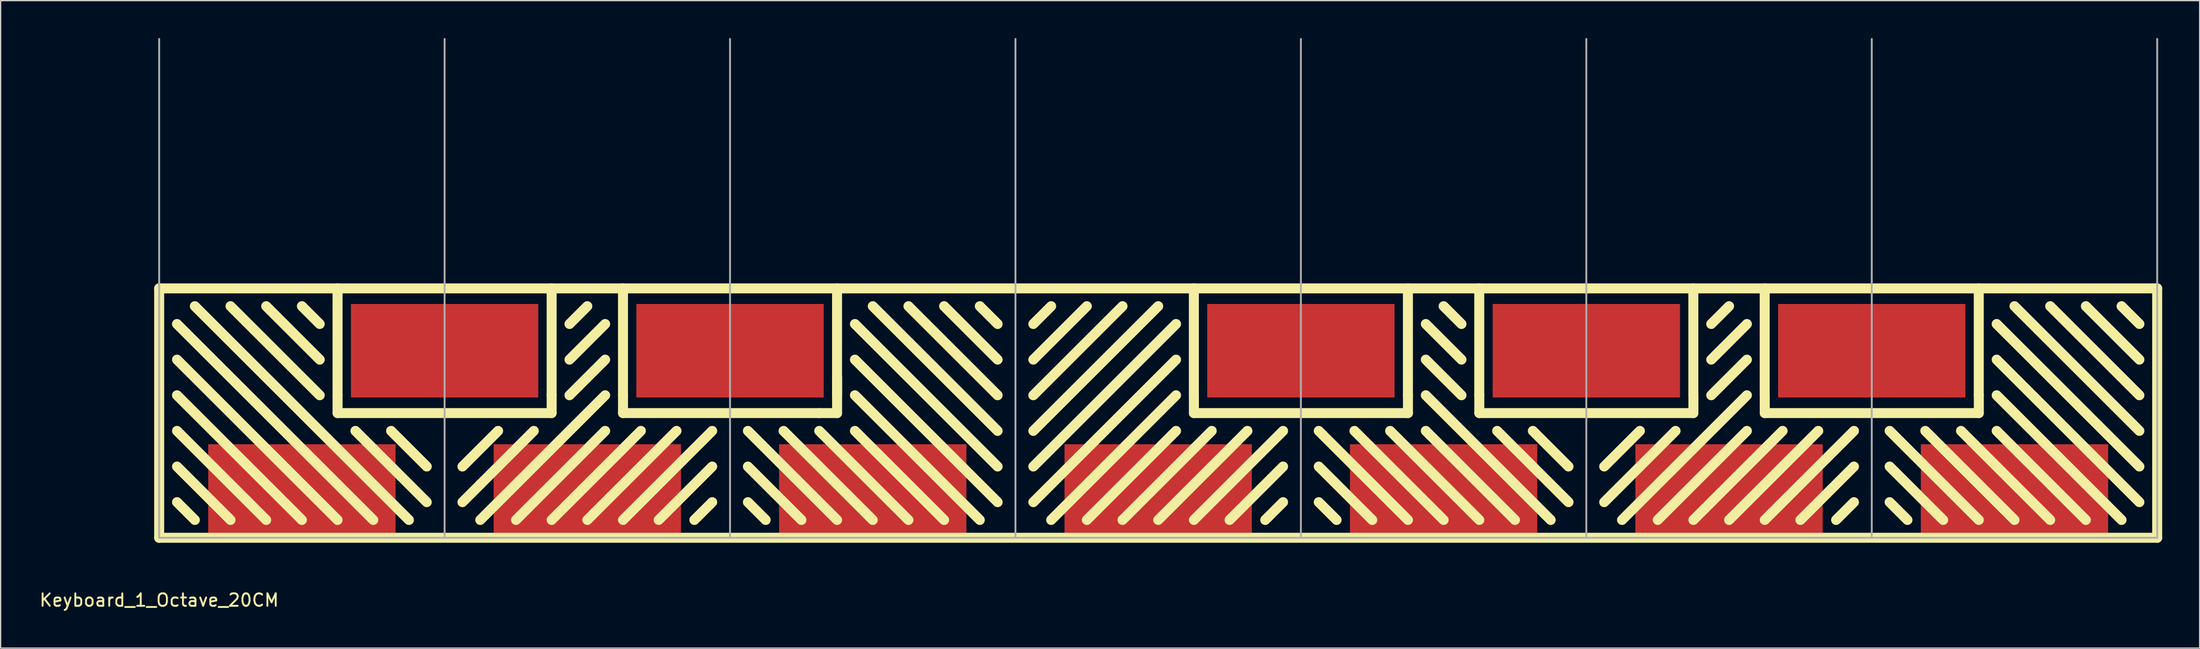
<source format=kicad_pcb>
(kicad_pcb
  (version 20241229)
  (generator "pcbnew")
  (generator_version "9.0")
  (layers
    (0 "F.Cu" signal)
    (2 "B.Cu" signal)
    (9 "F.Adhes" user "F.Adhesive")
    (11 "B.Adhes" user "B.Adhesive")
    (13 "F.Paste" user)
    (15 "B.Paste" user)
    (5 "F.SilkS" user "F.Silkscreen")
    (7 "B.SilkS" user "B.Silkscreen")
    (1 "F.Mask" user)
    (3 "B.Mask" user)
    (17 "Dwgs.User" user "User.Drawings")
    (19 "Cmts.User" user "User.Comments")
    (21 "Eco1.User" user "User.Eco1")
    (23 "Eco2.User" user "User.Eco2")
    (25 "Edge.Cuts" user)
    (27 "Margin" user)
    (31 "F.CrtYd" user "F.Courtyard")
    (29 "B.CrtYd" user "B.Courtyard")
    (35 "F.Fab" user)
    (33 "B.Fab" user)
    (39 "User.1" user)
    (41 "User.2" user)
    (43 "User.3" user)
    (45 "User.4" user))
  (footprint "Keyboard_1_Octave_20CM"
    (layer "F.Cu")
    (at 9.696 40.075)
    (property "Reference" "Keyboard_1_Octave_20CM" (at 0 5 0) (layer "F.SilkS") (effects (font (size 1 1) (thickness 0.15))))
    (attr through_hole)
    (fp_line (start 0 -20) (end 160 -20) (stroke (width 0.8) (type solid)) (layer "F.SilkS"))
    (fp_line (start 0 0) (end 0 -20) (stroke (width 0.8) (type solid)) (layer "F.SilkS"))
    (fp_line (start 1.429 -17.143) (end 17.143 -1.429) (stroke (width 0.8) (type solid)) (layer "F.SilkS"))
    (fp_line (start 1.429 -14.286) (end 14.286 -1.429) (stroke (width 0.8) (type solid)) (layer "F.SilkS"))
    (fp_line (start 1.429 -11.429) (end 11.429 -1.429) (stroke (width 0.8) (type solid)) (layer "F.SilkS"))
    (fp_line (start 1.429 -8.572) (end 8.572 -1.429) (stroke (width 0.8) (type solid)) (layer "F.SilkS"))
    (fp_line (start 1.429 -5.714) (end 5.714 -1.429) (stroke (width 0.8) (type solid)) (layer "F.SilkS"))
    (fp_line (start 1.429 -2.857) (end 2.857 -1.429) (stroke (width 0.8) (type solid)) (layer "F.SilkS"))
    (fp_line (start 2.857 -18.572) (end 20 -1.429) (stroke (width 0.8) (type solid)) (layer "F.SilkS"))
    (fp_line (start 5.714 -18.572) (end 12.857 -11.429) (stroke (width 0.8) (type solid)) (layer "F.SilkS"))
    (fp_line (start 8.572 -18.572) (end 12.857 -14.286) (stroke (width 0.8) (type solid)) (layer "F.SilkS"))
    (fp_line (start 11.429 -18.572) (end 12.857 -17.143) (stroke (width 0.8) (type solid)) (layer "F.SilkS"))
    (fp_line (start 14.286 -20) (end 14.286 -11.428) (stroke (width 0.8) (type solid)) (layer "F.SilkS"))
    (fp_line (start 14.286 -11.429) (end 14.286 -10) (stroke (width 0.8) (type solid)) (layer "F.SilkS"))
    (fp_line (start 14.286 -10) (end 31.429 -10) (stroke (width 0.8) (type solid)) (layer "F.SilkS"))
    (fp_line (start 15.715 -8.572) (end 21.429 -2.857) (stroke (width 0.8) (type solid)) (layer "F.SilkS"))
    (fp_line (start 18.572 -8.572) (end 21.429 -5.714) (stroke (width 0.8) (type solid)) (layer "F.SilkS"))
    (fp_line (start 25.715 -4.286) (end 24.286 -2.857) (stroke (width 0.8) (type solid)) (layer "F.SilkS"))
    (fp_line (start 25.715 -1.429) (end 35.715 -11.429) (stroke (width 0.8) (type solid)) (layer "F.SilkS"))
    (fp_line (start 27.143 -8.572) (end 24.286 -5.714) (stroke (width 0.8) (type solid)) (layer "F.SilkS"))
    (fp_line (start 28.572 -1.429) (end 35.715 -8.572) (stroke (width 0.8) (type solid)) (layer "F.SilkS"))
    (fp_line (start 30.001 -8.572) (end 25.715 -4.286) (stroke (width 0.8) (type solid)) (layer "F.SilkS"))
    (fp_line (start 31.428 -11.428) (end 31.428 -20) (stroke (width 0.8) (type solid)) (layer "F.SilkS"))
    (fp_line (start 31.429 -10) (end 31.429 -11.429) (stroke (width 0.8) (type solid)) (layer "F.SilkS"))
    (fp_line (start 31.429 -1.429) (end 38.572 -8.572) (stroke (width 0.8) (type solid)) (layer "F.SilkS"))
    (fp_line (start 32.858 -17.143) (end 34.286 -18.572) (stroke (width 0.8) (type solid)) (layer "F.SilkS"))
    (fp_line (start 32.858 -14.286) (end 35.715 -17.143) (stroke (width 0.8) (type solid)) (layer "F.SilkS"))
    (fp_line (start 34.286 -1.429) (end 41.429 -8.572) (stroke (width 0.8) (type solid)) (layer "F.SilkS"))
    (fp_line (start 35.715 -14.286) (end 32.858 -11.429) (stroke (width 0.8) (type solid)) (layer "F.SilkS"))
    (fp_line (start 37.142 -20) (end 37.142 -11.428) (stroke (width 0.8) (type solid)) (layer "F.SilkS"))
    (fp_line (start 37.144 -11.429) (end 37.144 -10) (stroke (width 0.8) (type solid)) (layer "F.SilkS"))
    (fp_line (start 37.144 -10) (end 52.858 -10) (stroke (width 0.8) (type solid)) (layer "F.SilkS"))
    (fp_line (start 37.144 -1.429) (end 44.287 -8.572) (stroke (width 0.8) (type solid)) (layer "F.SilkS"))
    (fp_line (start 40.001 -1.429) (end 44.287 -5.714) (stroke (width 0.8) (type solid)) (layer "F.SilkS"))
    (fp_line (start 42.858 -1.429) (end 44.287 -2.857) (stroke (width 0.8) (type solid)) (layer "F.SilkS"))
    (fp_line (start 47.144 -8.572) (end 54.287 -1.429) (stroke (width 0.8) (type solid)) (layer "F.SilkS"))
    (fp_line (start 47.144 -5.714) (end 51.43 -1.429) (stroke (width 0.8) (type solid)) (layer "F.SilkS"))
    (fp_line (start 48.572 -1.429) (end 47.144 -2.857) (stroke (width 0.8) (type solid)) (layer "F.SilkS"))
    (fp_line (start 50.001 -8.572) (end 57.144 -1.429) (stroke (width 0.8) (type solid)) (layer "F.SilkS"))
    (fp_line (start 52.858 -10) (end 54.287 -10) (stroke (width 0.8) (type solid)) (layer "F.SilkS"))
    (fp_line (start 52.858 -8.572) (end 60.001 -1.429) (stroke (width 0.8) (type solid)) (layer "F.SilkS"))
    (fp_line (start 54.285 -11.428) (end 54.285 -20) (stroke (width 0.8) (type solid)) (layer "F.SilkS"))
    (fp_line (start 54.287 -10) (end 54.287 -12.857) (stroke (width 0.8) (type solid)) (layer "F.SilkS"))
    (fp_line (start 55.715 -17.143) (end 67.144 -5.714) (stroke (width 0.8) (type solid)) (layer "F.SilkS"))
    (fp_line (start 55.715 -14.286) (end 67.144 -2.857) (stroke (width 0.8) (type solid)) (layer "F.SilkS"))
    (fp_line (start 55.715 -11.429) (end 65.716 -1.429) (stroke (width 0.8) (type solid)) (layer "F.SilkS"))
    (fp_line (start 55.715 -8.572) (end 62.858 -1.429) (stroke (width 0.8) (type solid)) (layer "F.SilkS"))
    (fp_line (start 57.144 -18.572) (end 67.144 -8.572) (stroke (width 0.8) (type solid)) (layer "F.SilkS"))
    (fp_line (start 60.001 -18.572) (end 67.144 -11.429) (stroke (width 0.8) (type solid)) (layer "F.SilkS"))
    (fp_line (start 62.858 -18.572) (end 67.144 -14.286) (stroke (width 0.8) (type solid)) (layer "F.SilkS"))
    (fp_line (start 67.144 -17.143) (end 65.716 -18.572) (stroke (width 0.8) (type solid)) (layer "F.SilkS"))
    (fp_line (start 70.001 -17.143) (end 71.43 -18.572) (stroke (width 0.8) (type solid)) (layer "F.SilkS"))
    (fp_line (start 70.001 -14.286) (end 74.287 -18.572) (stroke (width 0.8) (type solid)) (layer "F.SilkS"))
    (fp_line (start 70.001 -11.429) (end 77.144 -18.572) (stroke (width 0.8) (type solid)) (layer "F.SilkS"))
    (fp_line (start 70.001 -8.572) (end 80.002 -18.572) (stroke (width 0.8) (type solid)) (layer "F.SilkS"))
    (fp_line (start 70.001 -5.714) (end 81.43 -17.143) (stroke (width 0.8) (type solid)) (layer "F.SilkS"))
    (fp_line (start 70.001 -2.857) (end 81.43 -14.286) (stroke (width 0.8) (type solid)) (layer "F.SilkS"))
    (fp_line (start 71.43 -1.429) (end 81.43 -11.429) (stroke (width 0.8) (type solid)) (layer "F.SilkS"))
    (fp_line (start 74.287 -1.429) (end 81.43 -8.572) (stroke (width 0.8) (type solid)) (layer "F.SilkS"))
    (fp_line (start 77.144 -1.429) (end 84.287 -8.572) (stroke (width 0.8) (type solid)) (layer "F.SilkS"))
    (fp_line (start 80.002 -1.429) (end 87.145 -8.572) (stroke (width 0.8) (type solid)) (layer "F.SilkS"))
    (fp_line (start 82.856 -20) (end 82.856 -11.428) (stroke (width 0.8) (type solid)) (layer "F.SilkS"))
    (fp_line (start 82.859 -11.429) (end 82.859 -10) (stroke (width 0.8) (type solid)) (layer "F.SilkS"))
    (fp_line (start 82.859 -10) (end 100.002 -10) (stroke (width 0.8) (type solid)) (layer "F.SilkS"))
    (fp_line (start 82.859 -1.429) (end 90.002 -8.572) (stroke (width 0.8) (type solid)) (layer "F.SilkS"))
    (fp_line (start 85.716 -1.429) (end 90.002 -5.714) (stroke (width 0.8) (type solid)) (layer "F.SilkS"))
    (fp_line (start 88.573 -1.429) (end 90.002 -2.857) (stroke (width 0.8) (type solid)) (layer "F.SilkS"))
    (fp_line (start 92.859 -8.572) (end 100.002 -1.429) (stroke (width 0.8) (type solid)) (layer "F.SilkS"))
    (fp_line (start 92.859 -5.714) (end 97.145 -1.429) (stroke (width 0.8) (type solid)) (layer "F.SilkS"))
    (fp_line (start 92.859 -2.857) (end 94.288 -1.429) (stroke (width 0.8) (type solid)) (layer "F.SilkS"))
    (fp_line (start 95.716 -8.572) (end 102.859 -1.429) (stroke (width 0.8) (type solid)) (layer "F.SilkS"))
    (fp_line (start 98.573 -8.572) (end 105.716 -1.429) (stroke (width 0.8) (type solid)) (layer "F.SilkS"))
    (fp_line (start 99.999 -11.428) (end 99.999 -20) (stroke (width 0.8) (type solid)) (layer "F.SilkS"))
    (fp_line (start 100.002 -10) (end 100.002 -11.429) (stroke (width 0.8) (type solid)) (layer "F.SilkS"))
    (fp_line (start 101.431 -17.143) (end 104.288 -14.286) (stroke (width 0.8) (type solid)) (layer "F.SilkS"))
    (fp_line (start 101.431 -14.286) (end 104.288 -11.429) (stroke (width 0.8) (type solid)) (layer "F.SilkS"))
    (fp_line (start 101.431 -11.429) (end 111.431 -1.429) (stroke (width 0.8) (type solid)) (layer "F.SilkS"))
    (fp_line (start 101.431 -8.572) (end 108.574 -1.429) (stroke (width 0.8) (type solid)) (layer "F.SilkS"))
    (fp_line (start 102.859 -18.572) (end 104.288 -17.143) (stroke (width 0.8) (type solid)) (layer "F.SilkS"))
    (fp_line (start 105.713 -20) (end 105.713 -11.428) (stroke (width 0.8) (type solid)) (layer "F.SilkS"))
    (fp_line (start 105.716 -11.429) (end 105.716 -10) (stroke (width 0.8) (type solid)) (layer "F.SilkS"))
    (fp_line (start 105.716 -10) (end 122.86 -10) (stroke (width 0.8) (type solid)) (layer "F.SilkS"))
    (fp_line (start 107.145 -8.572) (end 112.859 -2.857) (stroke (width 0.8) (type solid)) (layer "F.SilkS"))
    (fp_line (start 110.002 -8.572) (end 112.859 -5.714) (stroke (width 0.8) (type solid)) (layer "F.SilkS"))
    (fp_line (start 115.717 -5.714) (end 118.574 -8.572) (stroke (width 0.8) (type solid)) (layer "F.SilkS"))
    (fp_line (start 115.717 -2.857) (end 121.431 -8.572) (stroke (width 0.8) (type solid)) (layer "F.SilkS"))
    (fp_line (start 117.145 -1.429) (end 127.145 -11.429) (stroke (width 0.8) (type solid)) (layer "F.SilkS"))
    (fp_line (start 120.002 -1.429) (end 127.145 -8.572) (stroke (width 0.8) (type solid)) (layer "F.SilkS"))
    (fp_line (start 122.855 -11.428) (end 122.855 -20) (stroke (width 0.8) (type solid)) (layer "F.SilkS"))
    (fp_line (start 122.86 -10) (end 122.86 -11.429) (stroke (width 0.8) (type solid)) (layer "F.SilkS"))
    (fp_line (start 122.86 -1.429) (end 130.003 -8.572) (stroke (width 0.8) (type solid)) (layer "F.SilkS"))
    (fp_line (start 124.288 -17.143) (end 125.717 -18.572) (stroke (width 0.8) (type solid)) (layer "F.SilkS"))
    (fp_line (start 124.288 -14.286) (end 127.145 -17.143) (stroke (width 0.8) (type solid)) (layer "F.SilkS"))
    (fp_line (start 124.288 -11.429) (end 127.145 -14.286) (stroke (width 0.8) (type solid)) (layer "F.SilkS"))
    (fp_line (start 125.717 -1.429) (end 132.86 -8.572) (stroke (width 0.8) (type solid)) (layer "F.SilkS"))
    (fp_line (start 128.57 -20) (end 128.57 -11.428) (stroke (width 0.8) (type solid)) (layer "F.SilkS"))
    (fp_line (start 128.574 -11.429) (end 128.574 -10) (stroke (width 0.8) (type solid)) (layer "F.SilkS"))
    (fp_line (start 128.574 -10) (end 145.717 -10) (stroke (width 0.8) (type solid)) (layer "F.SilkS"))
    (fp_line (start 128.574 -1.429) (end 135.717 -8.572) (stroke (width 0.8) (type solid)) (layer "F.SilkS"))
    (fp_line (start 131.431 -1.429) (end 135.717 -5.714) (stroke (width 0.8) (type solid)) (layer "F.SilkS"))
    (fp_line (start 134.288 -1.429) (end 135.717 -2.857) (stroke (width 0.8) (type solid)) (layer "F.SilkS"))
    (fp_line (start 138.574 -8.572) (end 145.717 -1.429) (stroke (width 0.8) (type solid)) (layer "F.SilkS"))
    (fp_line (start 138.574 -5.714) (end 142.86 -1.429) (stroke (width 0.8) (type solid)) (layer "F.SilkS"))
    (fp_line (start 138.574 -2.857) (end 140.003 -1.429) (stroke (width 0.8) (type solid)) (layer "F.SilkS"))
    (fp_line (start 141.431 -8.572) (end 148.574 -1.429) (stroke (width 0.8) (type solid)) (layer "F.SilkS"))
    (fp_line (start 144.289 -8.572) (end 151.432 -1.429) (stroke (width 0.8) (type solid)) (layer "F.SilkS"))
    (fp_line (start 145.712 -11.428) (end 145.712 -20) (stroke (width 0.8) (type solid)) (layer "F.SilkS"))
    (fp_line (start 145.717 -10) (end 145.717 -11.429) (stroke (width 0.8) (type solid)) (layer "F.SilkS"))
    (fp_line (start 147.146 -17.143) (end 158.575 -5.714) (stroke (width 0.8) (type solid)) (layer "F.SilkS"))
    (fp_line (start 147.146 -14.286) (end 158.575 -2.857) (stroke (width 0.8) (type solid)) (layer "F.SilkS"))
    (fp_line (start 147.146 -11.429) (end 157.146 -1.429) (stroke (width 0.8) (type solid)) (layer "F.SilkS"))
    (fp_line (start 147.146 -8.572) (end 154.289 -1.429) (stroke (width 0.8) (type solid)) (layer "F.SilkS"))
    (fp_line (start 148.574 -18.572) (end 158.575 -8.572) (stroke (width 0.8) (type solid)) (layer "F.SilkS"))
    (fp_line (start 151.432 -18.572) (end 158.575 -11.429) (stroke (width 0.8) (type solid)) (layer "F.SilkS"))
    (fp_line (start 154.289 -18.572) (end 158.575 -14.286) (stroke (width 0.8) (type solid)) (layer "F.SilkS"))
    (fp_line (start 157.146 -18.572) (end 158.575 -17.143) (stroke (width 0.8) (type solid)) (layer "F.SilkS"))
    (fp_line (start 160 -20) (end 160 0) (stroke (width 0.8) (type solid)) (layer "F.SilkS"))
    (fp_line (start 160 0) (end 0 0) (stroke (width 0.8) (type solid)) (layer "F.SilkS"))
    (fp_line (start 0 0) (end 0 -40) (stroke (width 0.15) (type solid)) (layer "F.Fab"))
    (fp_line (start 22.857 0) (end 22.857 -40) (stroke (width 0.15) (type solid)) (layer "F.Fab"))
    (fp_line (start 45.714 0) (end 45.714 -40) (stroke (width 0.15) (type solid)) (layer "F.Fab"))
    (fp_line (start 68.571 0) (end 68.571 -40) (stroke (width 0.15) (type solid)) (layer "F.Fab"))
    (fp_line (start 91.428 0) (end 91.428 -40) (stroke (width 0.15) (type solid)) (layer "F.Fab"))
    (fp_line (start 114.285 0) (end 114.285 -40) (stroke (width 0.15) (type solid)) (layer "F.Fab"))
    (fp_line (start 137.143 0) (end 137.143 -40) (stroke (width 0.15) (type solid)) (layer "F.Fab"))
    (fp_line (start 160 -40) (end 160 0) (stroke (width 0.15) (type solid)) (layer "F.Fab"))
    (fp_line (start 160 0) (end 0 0) (stroke (width 0.15) (type solid)) (layer "F.Fab"))
    (pad "1" smd rect (at 11.429 -3.75) (size 15 7.5) (layers "F.Cu"))
    (pad "2" smd rect (at 22.857 -15) (size 15 7.5) (layers "F.Cu"))
    (pad "3" smd rect (at 34.286 -3.75) (size 15 7.5) (layers "F.Cu"))
    (pad "4" smd rect (at 45.714 -15) (size 15 7.5) (layers "F.Cu"))
    (pad "5" smd rect (at 57.143 -3.75) (size 15 7.5) (layers "F.Cu"))
    (pad "6" smd rect (at 80 -3.75) (size 15 7.5) (layers "F.Cu"))
    (pad "7" smd rect (at 91.429 -15) (size 15 7.5) (layers "F.Cu"))
    (pad "8" smd rect (at 102.857 -3.75) (size 15 7.5) (layers "F.Cu"))
    (pad "9" smd rect (at 114.286 -15) (size 15 7.5) (layers "F.Cu"))
    (pad "10" smd rect (at 125.715 -3.75) (size 15 7.5) (layers "F.Cu"))
    (pad "11" smd rect (at 137.143 -15) (size 15 7.5) (layers "F.Cu"))
    (pad "12" smd rect (at 148.572 -3.75) (size 15 7.5) (layers "F.Cu")))
  (gr_rect
    (start -3 -3)
    (end 173.097 48.923)
    (stroke (width 0.1) (type default))
    (fill no)
    (layer "Edge.Cuts")))
</source>
